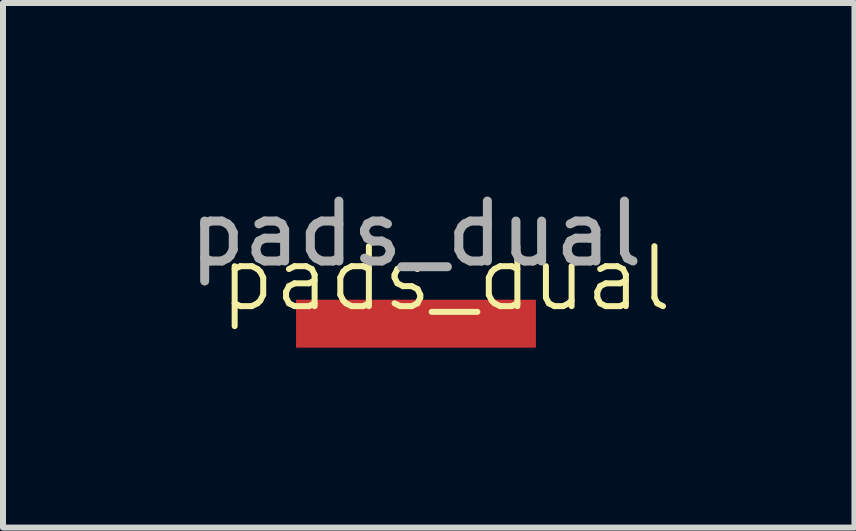
<source format=kicad_pcb>
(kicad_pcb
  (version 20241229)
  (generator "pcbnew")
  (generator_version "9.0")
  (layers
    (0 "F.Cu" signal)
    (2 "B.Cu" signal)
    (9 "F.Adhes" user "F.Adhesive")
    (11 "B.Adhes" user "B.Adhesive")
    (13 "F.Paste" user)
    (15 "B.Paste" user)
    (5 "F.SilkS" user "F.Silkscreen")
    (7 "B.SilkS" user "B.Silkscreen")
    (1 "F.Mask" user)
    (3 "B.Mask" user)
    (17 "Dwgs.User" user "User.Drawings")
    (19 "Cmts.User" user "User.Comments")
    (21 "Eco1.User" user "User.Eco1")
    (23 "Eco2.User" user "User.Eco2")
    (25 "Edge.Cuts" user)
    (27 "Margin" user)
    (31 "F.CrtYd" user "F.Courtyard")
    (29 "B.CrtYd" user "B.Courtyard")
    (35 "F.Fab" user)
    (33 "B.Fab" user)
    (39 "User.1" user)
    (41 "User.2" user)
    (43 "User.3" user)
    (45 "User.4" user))
  (footprint "pads_dual"
    (layer "F.Cu")
    (at 3.887 2.348)
    (property "Reference" "pads_dual" (at 0.5 -0.75 0) (unlocked yes) (layer "F.SilkS") (effects (font (size 1 1) (thickness 0.1))))
    (attr smd)
    (fp_text user "${REFERENCE}" (at 0 -1.5 0) (unlocked yes) (layer "F.Fab") (effects (font (size 1 1) (thickness 0.15))))
    (pad "1" smd rect (at -1 0) (size 2 0.8) (property pad_prop_testpoint) (layers "F.Cu" "F.Mask" "F.Paste"))
    (pad "2" smd rect (at 1 0) (size 2 0.8) (layers "F.Cu" "F.Mask" "F.Paste")))
  (gr_rect
    (start -3 -3)
    (end 11.199 5.748)
    (stroke (width 0.1) (type default))
    (fill no)
    (layer "Edge.Cuts")))
</source>
